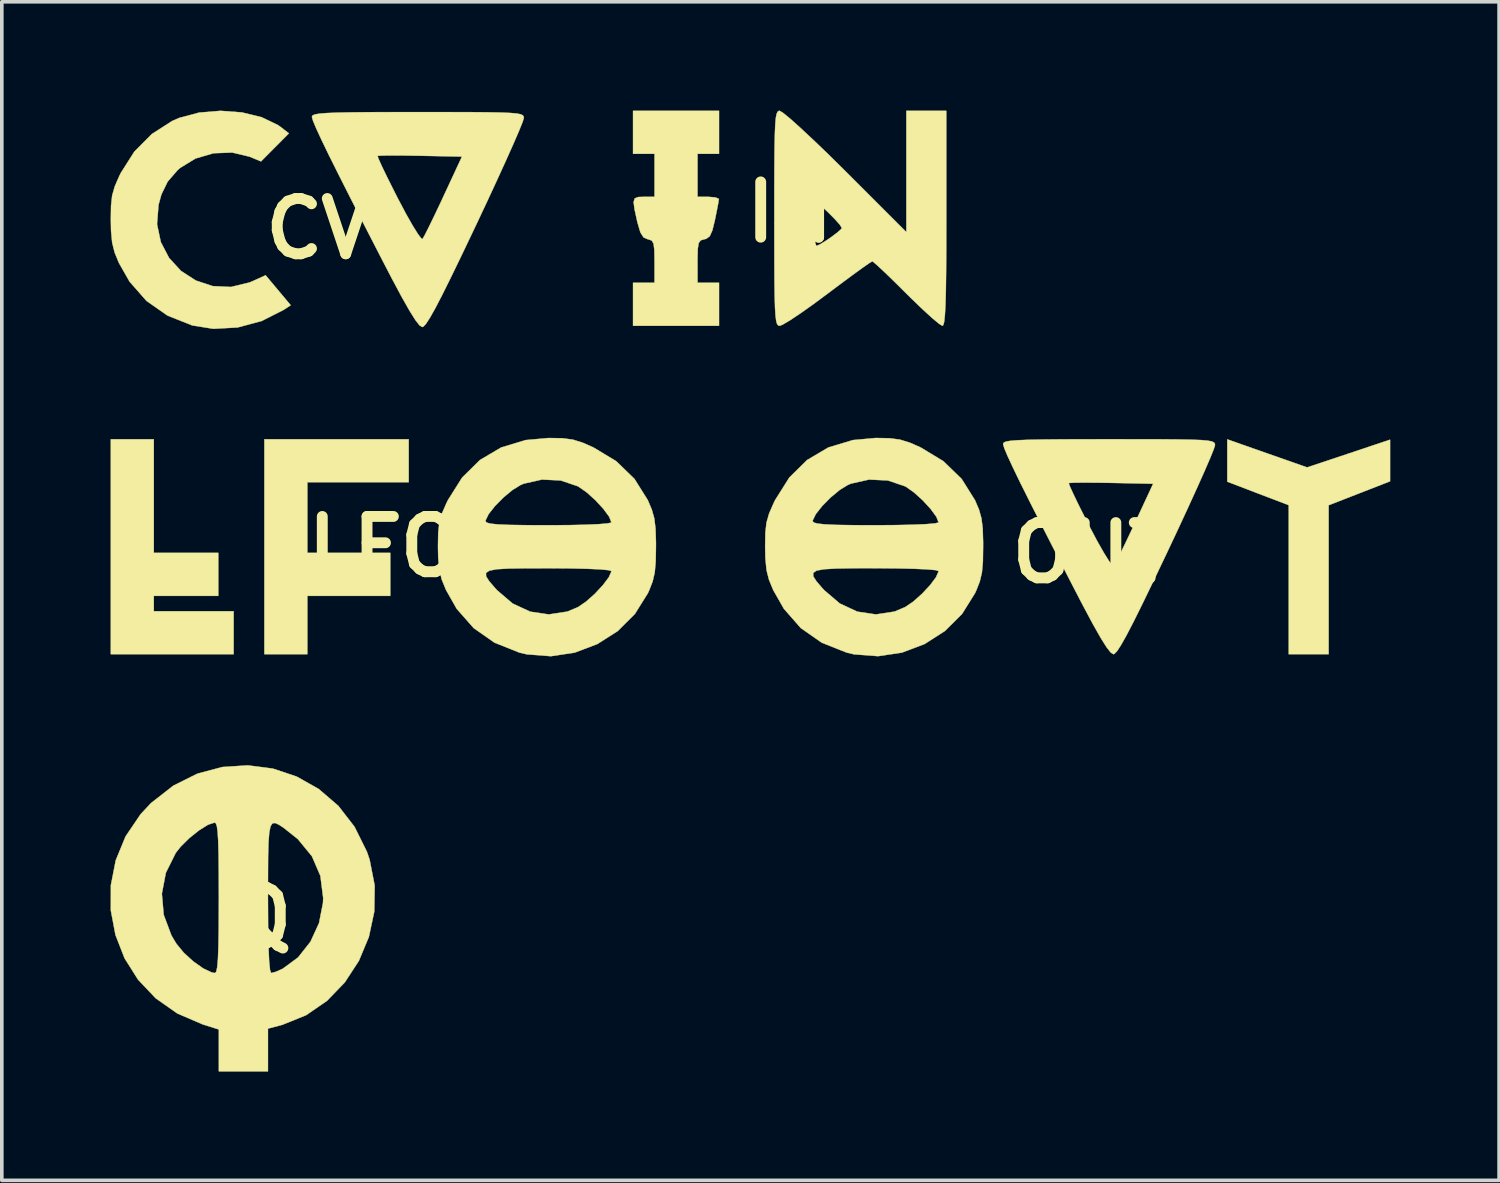
<source format=kicad_pcb>
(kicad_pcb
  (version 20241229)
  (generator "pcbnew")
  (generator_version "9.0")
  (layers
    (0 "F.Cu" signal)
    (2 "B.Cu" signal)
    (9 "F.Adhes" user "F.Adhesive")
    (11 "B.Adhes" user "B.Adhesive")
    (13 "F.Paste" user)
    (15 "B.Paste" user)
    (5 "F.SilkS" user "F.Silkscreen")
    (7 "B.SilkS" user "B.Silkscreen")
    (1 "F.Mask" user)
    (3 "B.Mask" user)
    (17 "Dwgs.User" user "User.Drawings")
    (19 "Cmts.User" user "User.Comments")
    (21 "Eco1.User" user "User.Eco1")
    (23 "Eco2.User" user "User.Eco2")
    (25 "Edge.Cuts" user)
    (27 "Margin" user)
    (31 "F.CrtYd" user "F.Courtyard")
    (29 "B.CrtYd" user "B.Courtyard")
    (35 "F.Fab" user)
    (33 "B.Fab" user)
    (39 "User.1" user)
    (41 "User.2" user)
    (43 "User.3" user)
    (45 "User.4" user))
  (footprint "Q"
    (layer "F.Cu")
    (at 4.168 22.251)
    (property "Reference" "Q" (at 0 0 0) (layer "F.SilkS") (effects (font (size 1.524 1.524) (thickness 0.3))))
    (attr through_hole)
    (fp_poly (pts (xy 0.303 -4.113) (xy 0.961 -3.893) (xy 1.569 -3.55) (xy 2.108 -3.087) (xy 2.556 -2.509) (xy 2.896 -1.823) (xy 2.972 -1.601) (xy 3.111 -0.889) (xy 3.1 -0.172) (xy 2.951 0.527) (xy 2.676 1.186) (xy 2.288 1.78) (xy 1.799 2.287) (xy 1.221 2.685) (xy 0.566 2.95) (xy 0.529 2.96) (xy 0.169 3.055) (xy 0.169 4.233) (xy -1.185 4.233) (xy -1.185 3.079) (xy -1.632 2.938) (xy -2.331 2.637) (xy -2.926 2.219) (xy -3.412 1.706) (xy -3.783 1.118) (xy -4.035 0.474) (xy -4.163 -0.204) (xy -4.162 -0.665) (xy -2.756 -0.665) (xy -2.705 -0.082) (xy -2.491 0.489) (xy -2.358 0.712) (xy -2.153 0.962) (xy -1.89 1.202) (xy -1.616 1.396) (xy -1.378 1.508) (xy -1.291 1.523) (xy -1.257 1.486) (xy -1.23 1.362) (xy -1.21 1.137) (xy -1.197 0.794) (xy -1.189 0.319) (xy -1.186 -0.305) (xy -1.185 -0.55) (xy 0.169 -0.55) (xy 0.173 0.198) (xy 0.183 0.778) (xy 0.201 1.192) (xy 0.226 1.44) (xy 0.258 1.524) (xy 0.258 1.524) (xy 0.392 1.487) (xy 0.576 1.404) (xy 1 1.092) (xy 1.341 0.659) (xy 1.577 0.146) (xy 1.686 -0.411) (xy 1.691 -0.55) (xy 1.614 -1.156) (xy 1.381 -1.696) (xy 0.992 -2.17) (xy 0.595 -2.485) (xy 0.467 -2.568) (xy 0.367 -2.613) (xy 0.293 -2.604) (xy 0.24 -2.523) (xy 0.205 -2.355) (xy 0.184 -2.083) (xy 0.173 -1.689) (xy 0.17 -1.158) (xy 0.169 -0.55) (xy -1.185 -0.55) (xy -1.187 -1.215) (xy -1.192 -1.727) (xy -1.202 -2.105) (xy -1.218 -2.366) (xy -1.24 -2.528) (xy -1.271 -2.608) (xy -1.3 -2.625) (xy -1.482 -2.566) (xy -1.729 -2.412) (xy -1.996 -2.199) (xy -2.237 -1.961) (xy -2.373 -1.789) (xy -2.646 -1.241) (xy -2.756 -0.665) (xy -4.162 -0.665) (xy -4.162 -0.896) (xy -4.028 -1.582) (xy -3.757 -2.242) (xy -3.342 -2.855) (xy -3.053 -3.164) (xy -2.439 -3.643) (xy -1.777 -3.973) (xy -1.086 -4.157) (xy -0.386 -4.202) (xy 0.303 -4.113)) (stroke (width 0.01) (type solid)) (fill yes) (layer "F.SilkS")))
  (footprint "CV"
    (layer "F.Cu")
    (at 5.718 3.257)
    (property "Reference" "CV" (at 0 0 0) (layer "F.SilkS") (effects (font (size 1.524 1.524) (thickness 0.3))))
    (attr through_hole)
    (fp_poly (pts (xy -2.099 -3.208) (xy -1.554 -3.075) (xy -1.102 -2.857) (xy -1.016 -2.795) (xy -0.804 -2.631) (xy -1.189 -2.244) (xy -1.574 -1.857) (xy -1.885 -1.987) (xy -2.366 -2.102) (xy -2.882 -2.083) (xy -3.38 -1.937) (xy -3.806 -1.676) (xy -3.874 -1.615) (xy -4.146 -1.3) (xy -4.319 -0.946) (xy -4.398 -0.659) (xy -4.439 -0.126) (xy -4.335 0.367) (xy -4.108 0.802) (xy -3.779 1.161) (xy -3.37 1.426) (xy -2.905 1.58) (xy -2.404 1.604) (xy -1.89 1.48) (xy -1.802 1.443) (xy -1.446 1.281) (xy -1.1 1.694) (xy -0.754 2.107) (xy -0.948 2.235) (xy -1.557 2.543) (xy -2.218 2.72) (xy -2.887 2.757) (xy -3.469 2.664) (xy -4.153 2.391) (xy -4.73 1.988) (xy -5.197 1.456) (xy -5.49 0.941) (xy -5.608 0.654) (xy -5.676 0.382) (xy -5.707 0.056) (xy -5.713 -0.256) (xy -5.707 -0.637) (xy -5.676 -0.918) (xy -5.605 -1.167) (xy -5.481 -1.452) (xy -5.437 -1.541) (xy -5.065 -2.126) (xy -4.583 -2.612) (xy -4.022 -2.972) (xy -3.827 -3.057) (xy -3.281 -3.203) (xy -2.69 -3.252) (xy -2.099 -3.208)) (stroke (width 0.01) (type solid)) (fill yes) (layer "F.SilkS"))
    (fp_poly (pts (xy 3.531 -3.217) (xy 4.158 -3.216) (xy 4.649 -3.212) (xy 5.021 -3.205) (xy 5.29 -3.194) (xy 5.472 -3.179) (xy 5.585 -3.157) (xy 5.645 -3.128) (xy 5.669 -3.092) (xy 5.673 -3.051) (xy 5.637 -2.939) (xy 5.537 -2.692) (xy 5.38 -2.329) (xy 5.174 -1.868) (xy 4.927 -1.327) (xy 4.648 -0.725) (xy 4.348 -0.088) (xy 3.979 0.686) (xy 3.674 1.316) (xy 3.427 1.814) (xy 3.232 2.19) (xy 3.082 2.456) (xy 2.974 2.622) (xy 2.899 2.7) (xy 2.873 2.709) (xy 2.798 2.663) (xy 2.683 2.516) (xy 2.521 2.258) (xy 2.305 1.877) (xy 2.03 1.362) (xy 1.795 0.91) (xy 1.31 -0.032) (xy 0.901 -0.832) (xy 0.564 -1.498) (xy 0.31 -2.008) (xy 1.641 -2.008) (xy 1.668 -1.927) (xy 1.76 -1.722) (xy 1.906 -1.42) (xy 2.093 -1.047) (xy 2.212 -0.813) (xy 2.421 -0.418) (xy 2.607 -0.09) (xy 2.756 0.148) (xy 2.852 0.273) (xy 2.878 0.283) (xy 2.936 0.184) (xy 3.049 -0.039) (xy 3.204 -0.357) (xy 3.386 -0.74) (xy 3.455 -0.889) (xy 3.967 -1.99) (xy 2.819 -2.013) (xy 2.397 -2.02) (xy 2.04 -2.022) (xy 1.781 -2.019) (xy 1.65 -2.011) (xy 1.641 -2.008) (xy 0.31 -2.008) (xy 0.295 -2.037) (xy 0.092 -2.458) (xy -0.051 -2.767) (xy -0.137 -2.972) (xy -0.169 -3.081) (xy -0.169 -3.089) (xy -0.152 -3.124) (xy -0.091 -3.152) (xy 0.031 -3.173) (xy 0.229 -3.19) (xy 0.52 -3.202) (xy 0.92 -3.21) (xy 1.444 -3.215) (xy 2.108 -3.217) (xy 2.752 -3.217) (xy 3.531 -3.217)) (stroke (width 0.01) (type solid)) (fill yes) (layer "F.SilkS")))
  (footprint "OUT"
    (layer "F.Cu")
    (at 27.058 12.191)
    (property "Reference" "OUT" (at 0 0 0) (layer "F.SilkS") (effects (font (size 1.524 1.524) (thickness 0.3))))
    (attr through_hole)
    (fp_poly (pts (xy 4.826 -2.742) (xy 5.926 -2.356) (xy 7.069 -2.738) (xy 8.213 -3.12) (xy 8.213 -1.973) (xy 7.366 -1.643) (xy 6.519 -1.313) (xy 6.519 2.794) (xy 5.419 2.794) (xy 5.419 -1.315) (xy 4.572 -1.638) (xy 3.725 -1.962) (xy 3.725 -3.129) (xy 4.826 -2.742)) (stroke (width 0.01) (type solid)) (fill yes) (layer "F.SilkS"))
    (fp_poly (pts (xy 1.245 -3.132) (xy 1.872 -3.131) (xy 2.363 -3.127) (xy 2.735 -3.12) (xy 3.004 -3.11) (xy 3.186 -3.094) (xy 3.299 -3.072) (xy 3.359 -3.044) (xy 3.383 -3.007) (xy 3.387 -2.967) (xy 3.351 -2.854) (xy 3.251 -2.607) (xy 3.094 -2.244) (xy 2.888 -1.783) (xy 2.641 -1.242) (xy 2.362 -0.64) (xy 2.062 -0.003) (xy 1.693 0.771) (xy 1.388 1.401) (xy 1.141 1.899) (xy 0.946 2.275) (xy 0.796 2.541) (xy 0.688 2.707) (xy 0.613 2.785) (xy 0.587 2.794) (xy 0.512 2.748) (xy 0.397 2.601) (xy 0.235 2.343) (xy 0.019 1.962) (xy -0.256 1.447) (xy -0.491 0.995) (xy -0.976 0.053) (xy -1.385 -0.747) (xy -1.722 -1.413) (xy -1.976 -1.923) (xy -0.645 -1.923) (xy -0.618 -1.842) (xy -0.526 -1.638) (xy -0.38 -1.335) (xy -0.193 -0.962) (xy -0.074 -0.728) (xy 0.135 -0.333) (xy 0.321 -0.005) (xy 0.47 0.233) (xy 0.566 0.357) (xy 0.592 0.368) (xy 0.65 0.269) (xy 0.763 0.045) (xy 0.918 -0.273) (xy 1.1 -0.655) (xy 1.169 -0.804) (xy 1.681 -1.905) (xy 0.533 -1.929) (xy 0.111 -1.935) (xy -0.246 -1.937) (xy -0.505 -1.934) (xy -0.636 -1.926) (xy -0.645 -1.923) (xy -1.976 -1.923) (xy -1.991 -1.953) (xy -2.194 -2.373) (xy -2.337 -2.682) (xy -2.423 -2.887) (xy -2.455 -2.997) (xy -2.455 -3.004) (xy -2.438 -3.039) (xy -2.377 -3.067) (xy -2.255 -3.089) (xy -2.057 -3.105) (xy -1.766 -3.117) (xy -1.366 -3.125) (xy -0.842 -3.13) (xy -0.178 -3.132) (xy 0.466 -3.133) (xy 1.245 -3.132)) (stroke (width 0.01) (type solid)) (fill yes) (layer "F.SilkS"))
    (fp_poly (pts (xy -5.587 -3.16) (xy -5.298 -3.122) (xy -5.024 -3.037) (xy -4.729 -2.907) (xy -4.1 -2.526) (xy -3.598 -2.039) (xy -3.231 -1.454) (xy -3.23 -1.452) (xy -3.119 -1.192) (xy -3.052 -0.951) (xy -3.017 -0.673) (xy -3.006 -0.298) (xy -3.006 -0.169) (xy -3.012 0.242) (xy -3.039 0.541) (xy -3.097 0.787) (xy -3.194 1.035) (xy -3.23 1.113) (xy -3.586 1.683) (xy -4.059 2.154) (xy -4.621 2.514) (xy -5.245 2.75) (xy -5.903 2.848) (xy -6.567 2.797) (xy -6.771 2.748) (xy -7.455 2.476) (xy -8.032 2.073) (xy -8.499 1.54) (xy -8.792 1.026) (xy -8.91 0.739) (xy -8.957 0.553) (xy -7.69 0.553) (xy -7.688 0.647) (xy -7.604 0.779) (xy -7.454 0.955) (xy -7.387 1.029) (xy -6.957 1.396) (xy -6.473 1.621) (xy -5.961 1.697) (xy -5.45 1.619) (xy -5.157 1.496) (xy -4.934 1.345) (xy -4.692 1.13) (xy -4.47 0.893) (xy -4.305 0.673) (xy -4.234 0.511) (xy -4.233 0.501) (xy -4.314 0.476) (xy -4.544 0.455) (xy -4.901 0.439) (xy -5.364 0.428) (xy -5.913 0.423) (xy -5.969 0.423) (xy -6.593 0.424) (xy -7.063 0.432) (xy -7.393 0.451) (xy -7.597 0.489) (xy -7.69 0.553) (xy -8.957 0.553) (xy -8.978 0.466) (xy -9.009 0.141) (xy -9.015 -0.171) (xy -9.009 -0.553) (xy -8.978 -0.834) (xy -8.966 -0.874) (xy -7.705 -0.874) (xy -7.672 -0.835) (xy -7.563 -0.806) (xy -7.359 -0.785) (xy -7.041 -0.771) (xy -6.591 -0.764) (xy -5.991 -0.762) (xy -5.969 -0.762) (xy -5.413 -0.766) (xy -4.941 -0.776) (xy -4.573 -0.792) (xy -4.33 -0.813) (xy -4.234 -0.838) (xy -4.233 -0.84) (xy -4.295 -0.995) (xy -4.453 -1.211) (xy -4.672 -1.449) (xy -4.913 -1.667) (xy -5.139 -1.826) (xy -5.157 -1.835) (xy -5.631 -1.996) (xy -6.149 -2.021) (xy -6.649 -1.909) (xy -6.736 -1.872) (xy -6.962 -1.733) (xy -7.211 -1.526) (xy -7.442 -1.292) (xy -7.619 -1.068) (xy -7.703 -0.896) (xy -7.705 -0.874) (xy -8.966 -0.874) (xy -8.907 -1.082) (xy -8.783 -1.367) (xy -8.739 -1.457) (xy -8.349 -2.076) (xy -7.858 -2.56) (xy -7.272 -2.906) (xy -6.597 -3.109) (xy -5.969 -3.167) (xy -5.587 -3.16)) (stroke (width 0.01) (type solid)) (fill yes) (layer "F.SilkS")))
  (footprint "IN"
    (layer "F.Cu")
    (at 18.719 2.799)
    (property "Reference" "IN" (at 0 0 0) (layer "F.SilkS") (effects (font (size 1.524 1.524) (thickness 0.3))))
    (attr through_hole)
    (fp_poly (pts (xy -1.947 -1.609) (xy -2.54 -1.609) (xy -2.54 -0.423) (xy -2.244 -0.423) (xy -2.049 -0.407) (xy -1.953 -0.368) (xy -1.951 -0.36) (xy -1.969 -0.249) (xy -2.012 -0.025) (xy -2.06 0.212) (xy -2.131 0.503) (xy -2.204 0.664) (xy -2.3 0.735) (xy -2.353 0.747) (xy -2.451 0.775) (xy -2.508 0.85) (xy -2.533 1.01) (xy -2.54 1.293) (xy -2.54 1.361) (xy -2.54 1.947) (xy -1.947 1.947) (xy -1.947 3.133) (xy -4.318 3.133) (xy -4.318 1.947) (xy -3.725 1.947) (xy -3.725 1.361) (xy -3.73 1.05) (xy -3.751 0.871) (xy -3.801 0.783) (xy -3.891 0.75) (xy -3.91 0.747) (xy -4.028 0.696) (xy -4.115 0.558) (xy -4.193 0.295) (xy -4.203 0.254) (xy -4.276 -0.078) (xy -4.302 -0.279) (xy -4.27 -0.381) (xy -4.173 -0.418) (xy -4.022 -0.423) (xy -3.725 -0.423) (xy -3.725 -1.609) (xy -4.318 -1.609) (xy -4.318 -2.794) (xy -1.947 -2.794) (xy -1.947 -1.609)) (stroke (width 0.01) (type solid)) (fill yes) (layer "F.SilkS"))
    (fp_poly (pts (xy 4.318 0.169) (xy 4.317 0.988) (xy 4.313 1.65) (xy 4.306 2.171) (xy 4.295 2.564) (xy 4.279 2.843) (xy 4.26 3.021) (xy 4.234 3.113) (xy 4.211 3.133) (xy 4.116 3.075) (xy 3.927 2.918) (xy 3.668 2.681) (xy 3.362 2.387) (xy 3.217 2.244) (xy 2.903 1.932) (xy 2.63 1.667) (xy 2.421 1.472) (xy 2.299 1.367) (xy 2.278 1.355) (xy 2.196 1.403) (xy 2.002 1.538) (xy 1.72 1.743) (xy 1.372 2.001) (xy 1.048 2.244) (xy 0.656 2.535) (xy 0.301 2.786) (xy 0.01 2.98) (xy -0.193 3.1) (xy -0.275 3.133) (xy -0.315 3.123) (xy -0.346 3.085) (xy -0.371 3) (xy -0.39 2.854) (xy -0.404 2.628) (xy -0.413 2.308) (xy -0.419 1.877) (xy -0.422 1.318) (xy -0.423 0.614) (xy -0.423 0.339) (xy 0.677 0.339) (xy 0.685 0.631) (xy 0.705 0.842) (xy 0.734 0.931) (xy 0.736 0.931) (xy 0.835 0.887) (xy 1.019 0.775) (xy 1.117 0.708) (xy 1.308 0.566) (xy 1.424 0.462) (xy 1.439 0.437) (xy 1.383 0.346) (xy 1.243 0.189) (xy 1.065 0.009) (xy 0.892 -0.151) (xy 0.77 -0.245) (xy 0.745 -0.254) (xy 0.712 -0.176) (xy 0.687 0.027) (xy 0.677 0.315) (xy 0.677 0.339) (xy -0.423 0.339) (xy -0.423 0.169) (xy -0.423 -0.619) (xy -0.421 -1.254) (xy -0.417 -1.752) (xy -0.409 -2.13) (xy -0.398 -2.405) (xy -0.382 -2.592) (xy -0.36 -2.708) (xy -0.332 -2.769) (xy -0.297 -2.792) (xy -0.276 -2.794) (xy -0.18 -2.736) (xy 0.019 -2.573) (xy 0.302 -2.319) (xy 0.653 -1.991) (xy 1.057 -1.604) (xy 1.495 -1.172) (xy 1.544 -1.123) (xy 3.217 0.549) (xy 3.217 -2.794) (xy 4.318 -2.794) (xy 4.318 0.169)) (stroke (width 0.01) (type solid)) (fill yes) (layer "F.SilkS")))
  (footprint "LFO"
    (layer "F.Cu")
    (at 7.54 12.022)
    (property "Reference" "LFO" (at 0 0 0) (layer "F.SilkS") (effects (font (size 1.524 1.524) (thickness 0.3))))
    (attr through_hole)
    (fp_poly (pts (xy -6.35 0.169) (xy -4.572 0.169) (xy -4.572 1.355) (xy -6.35 1.355) (xy -6.35 1.778) (xy -4.149 1.778) (xy -4.149 2.963) (xy -7.535 2.963) (xy -7.535 -2.963) (xy -6.35 -2.963) (xy -6.35 0.169)) (stroke (width 0.01) (type solid)) (fill yes) (layer "F.SilkS"))
    (fp_poly (pts (xy 0.677 -1.778) (xy -2.117 -1.778) (xy -2.117 0.169) (xy 0.169 0.169) (xy 0.169 1.355) (xy -2.117 1.355) (xy -2.117 2.963) (xy -3.302 2.963) (xy -3.302 -2.963) (xy 0.677 -2.963) (xy 0.677 -1.778)) (stroke (width 0.01) (type solid)) (fill yes) (layer "F.SilkS"))
    (fp_poly (pts (xy 4.911 -2.991) (xy 5.201 -2.953) (xy 5.474 -2.868) (xy 5.77 -2.737) (xy 6.399 -2.357) (xy 6.901 -1.87) (xy 7.268 -1.285) (xy 7.269 -1.283) (xy 7.379 -1.022) (xy 7.447 -0.782) (xy 7.481 -0.503) (xy 7.493 -0.129) (xy 7.493 0) (xy 7.486 0.411) (xy 7.459 0.711) (xy 7.402 0.956) (xy 7.305 1.205) (xy 7.269 1.283) (xy 6.913 1.852) (xy 6.44 2.324) (xy 5.877 2.683) (xy 5.254 2.919) (xy 4.596 3.018) (xy 3.932 2.966) (xy 3.727 2.918) (xy 3.043 2.645) (xy 2.467 2.242) (xy 1.999 1.71) (xy 1.707 1.195) (xy 1.589 0.908) (xy 1.542 0.722) (xy 2.808 0.722) (xy 2.811 0.817) (xy 2.894 0.948) (xy 3.045 1.124) (xy 3.111 1.198) (xy 3.541 1.565) (xy 4.026 1.79) (xy 4.538 1.866) (xy 5.049 1.788) (xy 5.342 1.666) (xy 5.565 1.514) (xy 5.806 1.3) (xy 6.028 1.062) (xy 6.194 0.842) (xy 6.265 0.681) (xy 6.265 0.671) (xy 6.184 0.646) (xy 5.955 0.624) (xy 5.598 0.608) (xy 5.134 0.597) (xy 4.586 0.593) (xy 4.53 0.593) (xy 3.905 0.594) (xy 3.436 0.601) (xy 3.106 0.62) (xy 2.902 0.659) (xy 2.808 0.722) (xy 1.542 0.722) (xy 1.52 0.636) (xy 1.49 0.31) (xy 1.484 -0.002) (xy 1.49 -0.383) (xy 1.521 -0.664) (xy 1.532 -0.704) (xy 2.794 -0.704) (xy 2.826 -0.665) (xy 2.935 -0.636) (xy 3.14 -0.615) (xy 3.458 -0.602) (xy 3.907 -0.595) (xy 4.508 -0.593) (xy 4.53 -0.593) (xy 5.086 -0.596) (xy 5.558 -0.607) (xy 5.926 -0.623) (xy 6.168 -0.644) (xy 6.265 -0.668) (xy 6.265 -0.671) (xy 6.204 -0.826) (xy 6.045 -1.042) (xy 5.826 -1.28) (xy 5.585 -1.498) (xy 5.359 -1.656) (xy 5.342 -1.666) (xy 4.867 -1.827) (xy 4.35 -1.852) (xy 3.85 -1.739) (xy 3.763 -1.703) (xy 3.536 -1.564) (xy 3.288 -1.357) (xy 3.056 -1.122) (xy 2.88 -0.899) (xy 2.796 -0.727) (xy 2.794 -0.704) (xy 1.532 -0.704) (xy 1.591 -0.913) (xy 1.716 -1.198) (xy 1.759 -1.287) (xy 2.149 -1.906) (xy 2.641 -2.391) (xy 3.227 -2.737) (xy 3.901 -2.94) (xy 4.53 -2.997) (xy 4.911 -2.991)) (stroke (width 0.01) (type solid)) (fill yes) (layer "F.SilkS")))
  (gr_rect
    (start -3 -3)
    (end 38.276 29.49)
    (stroke (width 0.1) (type default))
    (fill no)
    (layer "Edge.Cuts")))
</source>
